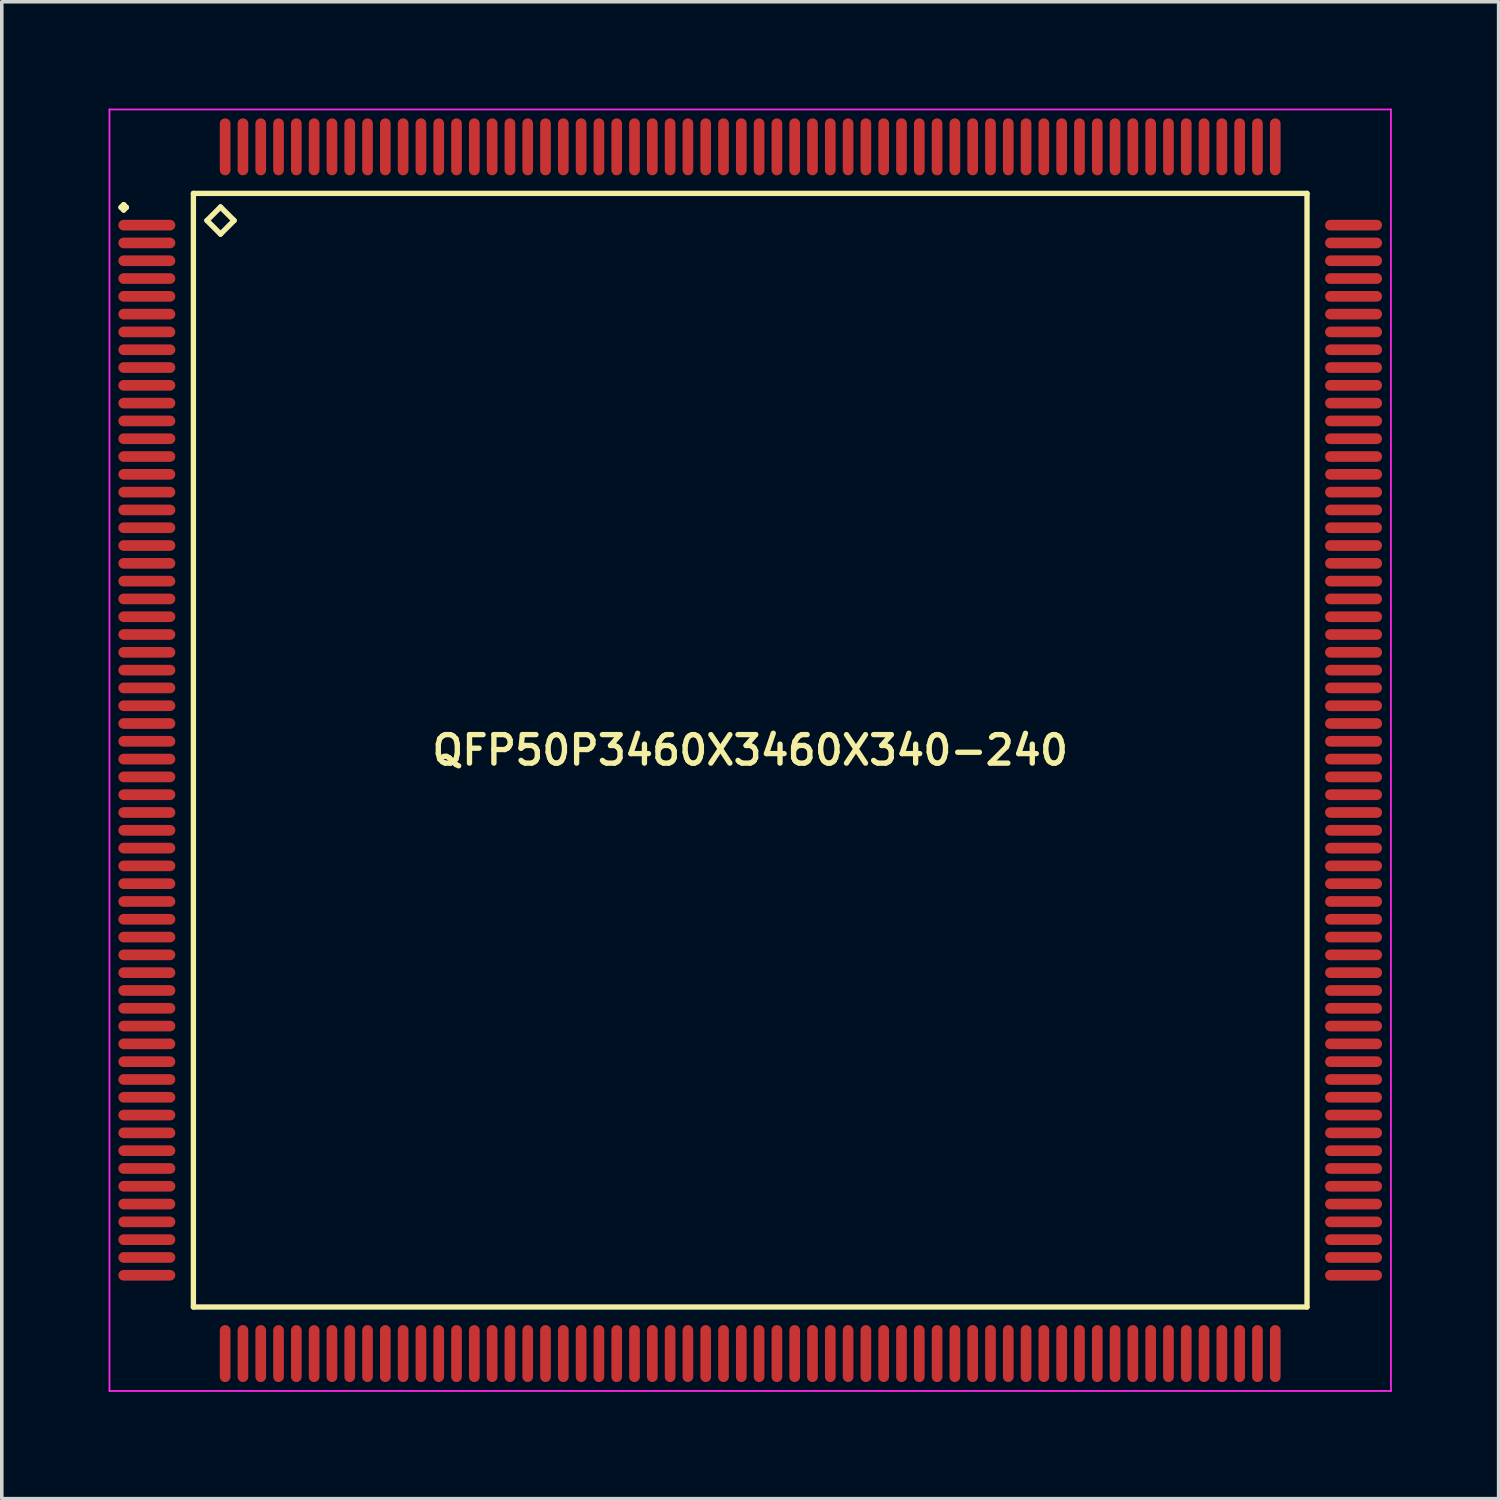
<source format=kicad_pcb>
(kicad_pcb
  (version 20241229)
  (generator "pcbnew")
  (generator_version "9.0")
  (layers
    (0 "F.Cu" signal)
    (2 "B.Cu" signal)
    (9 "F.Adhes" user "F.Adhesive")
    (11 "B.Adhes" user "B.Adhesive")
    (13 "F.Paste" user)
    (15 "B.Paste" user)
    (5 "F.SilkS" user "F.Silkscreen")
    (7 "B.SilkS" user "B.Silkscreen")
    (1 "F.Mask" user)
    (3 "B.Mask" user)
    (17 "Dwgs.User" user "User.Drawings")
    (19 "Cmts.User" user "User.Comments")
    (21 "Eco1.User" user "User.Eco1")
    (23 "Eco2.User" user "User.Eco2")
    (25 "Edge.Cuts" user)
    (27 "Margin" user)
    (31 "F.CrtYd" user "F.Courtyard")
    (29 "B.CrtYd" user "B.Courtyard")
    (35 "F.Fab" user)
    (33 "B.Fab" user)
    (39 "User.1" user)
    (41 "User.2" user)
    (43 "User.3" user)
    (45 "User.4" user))
  (footprint "QFP50P3460X3460X340-240"
    (layer "F.Cu")
    (at 18.025 18.025)
    (property "Reference" "QFP50P3460X3460X340-240" (at 0 0 0) (layer "F.SilkS") (effects (font (size 0.8 0.8) (thickness 0.15))))
    (attr smd)
    (fp_line (start -17.675 -15.25) (end -17.6 -15.325) (stroke (width 0.15) (type solid)) (layer "F.SilkS"))
    (fp_line (start -17.6 -15.325) (end -17.525 -15.25) (stroke (width 0.15) (type solid)) (layer "F.SilkS"))
    (fp_line (start -17.6 -15.175) (end -17.675 -15.25) (stroke (width 0.15) (type solid)) (layer "F.SilkS"))
    (fp_line (start -17.525 -15.25) (end -17.6 -15.175) (stroke (width 0.15) (type solid)) (layer "F.SilkS"))
    (fp_line (start -15.642 -15.642) (end -15.642 15.642) (stroke (width 0.15) (type solid)) (layer "F.SilkS"))
    (fp_line (start -15.642 15.642) (end 15.642 15.642) (stroke (width 0.15) (type solid)) (layer "F.SilkS"))
    (fp_line (start -15.261 -14.88) (end -14.88 -15.261) (stroke (width 0.15) (type solid)) (layer "F.SilkS"))
    (fp_line (start -14.88 -15.261) (end -14.499 -14.88) (stroke (width 0.15) (type solid)) (layer "F.SilkS"))
    (fp_line (start -14.88 -14.499) (end -15.261 -14.88) (stroke (width 0.15) (type solid)) (layer "F.SilkS"))
    (fp_line (start -14.499 -14.88) (end -14.88 -14.499) (stroke (width 0.15) (type solid)) (layer "F.SilkS"))
    (fp_line (start 15.642 -15.642) (end -15.642 -15.642) (stroke (width 0.15) (type solid)) (layer "F.SilkS"))
    (fp_line (start 15.642 15.642) (end 15.642 -15.642) (stroke (width 0.15) (type solid)) (layer "F.SilkS"))
    (fp_line (start -18 -18) (end 18 -18) (stroke (width 0.05) (type solid)) (layer "F.CrtYd"))
    (fp_line (start -18 18) (end -18 -18) (stroke (width 0.05) (type solid)) (layer "F.CrtYd"))
    (fp_line (start 18 -18) (end 18 18) (stroke (width 0.05) (type solid)) (layer "F.CrtYd"))
    (fp_line (start 18 18) (end -18 18) (stroke (width 0.05) (type solid)) (layer "F.CrtYd"))
    (pad "1" smd oval (at -16.95 -14.75) (size 1.6 0.3) (layers "F.Cu" "F.Mask" "F.Paste"))
    (pad "2" smd oval (at -16.95 -14.25) (size 1.6 0.3) (layers "F.Cu" "F.Mask" "F.Paste"))
    (pad "3" smd oval (at -16.95 -13.75) (size 1.6 0.3) (layers "F.Cu" "F.Mask" "F.Paste"))
    (pad "4" smd oval (at -16.95 -13.25) (size 1.6 0.3) (layers "F.Cu" "F.Mask" "F.Paste"))
    (pad "5" smd oval (at -16.95 -12.75) (size 1.6 0.3) (layers "F.Cu" "F.Mask" "F.Paste"))
    (pad "6" smd oval (at -16.95 -12.25) (size 1.6 0.3) (layers "F.Cu" "F.Mask" "F.Paste"))
    (pad "7" smd oval (at -16.95 -11.75) (size 1.6 0.3) (layers "F.Cu" "F.Mask" "F.Paste"))
    (pad "8" smd oval (at -16.95 -11.25) (size 1.6 0.3) (layers "F.Cu" "F.Mask" "F.Paste"))
    (pad "9" smd oval (at -16.95 -10.75) (size 1.6 0.3) (layers "F.Cu" "F.Mask" "F.Paste"))
    (pad "10" smd oval (at -16.95 -10.25) (size 1.6 0.3) (layers "F.Cu" "F.Mask" "F.Paste"))
    (pad "11" smd oval (at -16.95 -9.75) (size 1.6 0.3) (layers "F.Cu" "F.Mask" "F.Paste"))
    (pad "12" smd oval (at -16.95 -9.25) (size 1.6 0.3) (layers "F.Cu" "F.Mask" "F.Paste"))
    (pad "13" smd oval (at -16.95 -8.75) (size 1.6 0.3) (layers "F.Cu" "F.Mask" "F.Paste"))
    (pad "14" smd oval (at -16.95 -8.25) (size 1.6 0.3) (layers "F.Cu" "F.Mask" "F.Paste"))
    (pad "15" smd oval (at -16.95 -7.75) (size 1.6 0.3) (layers "F.Cu" "F.Mask" "F.Paste"))
    (pad "16" smd oval (at -16.95 -7.25) (size 1.6 0.3) (layers "F.Cu" "F.Mask" "F.Paste"))
    (pad "17" smd oval (at -16.95 -6.75) (size 1.6 0.3) (layers "F.Cu" "F.Mask" "F.Paste"))
    (pad "18" smd oval (at -16.95 -6.25) (size 1.6 0.3) (layers "F.Cu" "F.Mask" "F.Paste"))
    (pad "19" smd oval (at -16.95 -5.75) (size 1.6 0.3) (layers "F.Cu" "F.Mask" "F.Paste"))
    (pad "20" smd oval (at -16.95 -5.25) (size 1.6 0.3) (layers "F.Cu" "F.Mask" "F.Paste"))
    (pad "21" smd oval (at -16.95 -4.75) (size 1.6 0.3) (layers "F.Cu" "F.Mask" "F.Paste"))
    (pad "22" smd oval (at -16.95 -4.25) (size 1.6 0.3) (layers "F.Cu" "F.Mask" "F.Paste"))
    (pad "23" smd oval (at -16.95 -3.75) (size 1.6 0.3) (layers "F.Cu" "F.Mask" "F.Paste"))
    (pad "24" smd oval (at -16.95 -3.25) (size 1.6 0.3) (layers "F.Cu" "F.Mask" "F.Paste"))
    (pad "25" smd oval (at -16.95 -2.75) (size 1.6 0.3) (layers "F.Cu" "F.Mask" "F.Paste"))
    (pad "26" smd oval (at -16.95 -2.25) (size 1.6 0.3) (layers "F.Cu" "F.Mask" "F.Paste"))
    (pad "27" smd oval (at -16.95 -1.75) (size 1.6 0.3) (layers "F.Cu" "F.Mask" "F.Paste"))
    (pad "28" smd oval (at -16.95 -1.25) (size 1.6 0.3) (layers "F.Cu" "F.Mask" "F.Paste"))
    (pad "29" smd oval (at -16.95 -0.75) (size 1.6 0.3) (layers "F.Cu" "F.Mask" "F.Paste"))
    (pad "30" smd oval (at -16.95 -0.25) (size 1.6 0.3) (layers "F.Cu" "F.Mask" "F.Paste"))
    (pad "31" smd oval (at -16.95 0.25) (size 1.6 0.3) (layers "F.Cu" "F.Mask" "F.Paste"))
    (pad "32" smd oval (at -16.95 0.75) (size 1.6 0.3) (layers "F.Cu" "F.Mask" "F.Paste"))
    (pad "33" smd oval (at -16.95 1.25) (size 1.6 0.3) (layers "F.Cu" "F.Mask" "F.Paste"))
    (pad "34" smd oval (at -16.95 1.75) (size 1.6 0.3) (layers "F.Cu" "F.Mask" "F.Paste"))
    (pad "35" smd oval (at -16.95 2.25) (size 1.6 0.3) (layers "F.Cu" "F.Mask" "F.Paste"))
    (pad "36" smd oval (at -16.95 2.75) (size 1.6 0.3) (layers "F.Cu" "F.Mask" "F.Paste"))
    (pad "37" smd oval (at -16.95 3.25) (size 1.6 0.3) (layers "F.Cu" "F.Mask" "F.Paste"))
    (pad "38" smd oval (at -16.95 3.75) (size 1.6 0.3) (layers "F.Cu" "F.Mask" "F.Paste"))
    (pad "39" smd oval (at -16.95 4.25) (size 1.6 0.3) (layers "F.Cu" "F.Mask" "F.Paste"))
    (pad "40" smd oval (at -16.95 4.75) (size 1.6 0.3) (layers "F.Cu" "F.Mask" "F.Paste"))
    (pad "41" smd oval (at -16.95 5.25) (size 1.6 0.3) (layers "F.Cu" "F.Mask" "F.Paste"))
    (pad "42" smd oval (at -16.95 5.75) (size 1.6 0.3) (layers "F.Cu" "F.Mask" "F.Paste"))
    (pad "43" smd oval (at -16.95 6.25) (size 1.6 0.3) (layers "F.Cu" "F.Mask" "F.Paste"))
    (pad "44" smd oval (at -16.95 6.75) (size 1.6 0.3) (layers "F.Cu" "F.Mask" "F.Paste"))
    (pad "45" smd oval (at -16.95 7.25) (size 1.6 0.3) (layers "F.Cu" "F.Mask" "F.Paste"))
    (pad "46" smd oval (at -16.95 7.75) (size 1.6 0.3) (layers "F.Cu" "F.Mask" "F.Paste"))
    (pad "47" smd oval (at -16.95 8.25) (size 1.6 0.3) (layers "F.Cu" "F.Mask" "F.Paste"))
    (pad "48" smd oval (at -16.95 8.75) (size 1.6 0.3) (layers "F.Cu" "F.Mask" "F.Paste"))
    (pad "49" smd oval (at -16.95 9.25) (size 1.6 0.3) (layers "F.Cu" "F.Mask" "F.Paste"))
    (pad "50" smd oval (at -16.95 9.75) (size 1.6 0.3) (layers "F.Cu" "F.Mask" "F.Paste"))
    (pad "51" smd oval (at -16.95 10.25) (size 1.6 0.3) (layers "F.Cu" "F.Mask" "F.Paste"))
    (pad "52" smd oval (at -16.95 10.75) (size 1.6 0.3) (layers "F.Cu" "F.Mask" "F.Paste"))
    (pad "53" smd oval (at -16.95 11.25) (size 1.6 0.3) (layers "F.Cu" "F.Mask" "F.Paste"))
    (pad "54" smd oval (at -16.95 11.75) (size 1.6 0.3) (layers "F.Cu" "F.Mask" "F.Paste"))
    (pad "55" smd oval (at -16.95 12.25) (size 1.6 0.3) (layers "F.Cu" "F.Mask" "F.Paste"))
    (pad "56" smd oval (at -16.95 12.75) (size 1.6 0.3) (layers "F.Cu" "F.Mask" "F.Paste"))
    (pad "57" smd oval (at -16.95 13.25) (size 1.6 0.3) (layers "F.Cu" "F.Mask" "F.Paste"))
    (pad "58" smd oval (at -16.95 13.75) (size 1.6 0.3) (layers "F.Cu" "F.Mask" "F.Paste"))
    (pad "59" smd oval (at -16.95 14.25) (size 1.6 0.3) (layers "F.Cu" "F.Mask" "F.Paste"))
    (pad "60" smd oval (at -16.95 14.75) (size 1.6 0.3) (layers "F.Cu" "F.Mask" "F.Paste"))
    (pad "61" smd oval (at -14.75 16.95) (size 0.3 1.6) (layers "F.Cu" "F.Mask" "F.Paste"))
    (pad "62" smd oval (at -14.25 16.95) (size 0.3 1.6) (layers "F.Cu" "F.Mask" "F.Paste"))
    (pad "63" smd oval (at -13.75 16.95) (size 0.3 1.6) (layers "F.Cu" "F.Mask" "F.Paste"))
    (pad "64" smd oval (at -13.25 16.95) (size 0.3 1.6) (layers "F.Cu" "F.Mask" "F.Paste"))
    (pad "65" smd oval (at -12.75 16.95) (size 0.3 1.6) (layers "F.Cu" "F.Mask" "F.Paste"))
    (pad "66" smd oval (at -12.25 16.95) (size 0.3 1.6) (layers "F.Cu" "F.Mask" "F.Paste"))
    (pad "67" smd oval (at -11.75 16.95) (size 0.3 1.6) (layers "F.Cu" "F.Mask" "F.Paste"))
    (pad "68" smd oval (at -11.25 16.95) (size 0.3 1.6) (layers "F.Cu" "F.Mask" "F.Paste"))
    (pad "69" smd oval (at -10.75 16.95) (size 0.3 1.6) (layers "F.Cu" "F.Mask" "F.Paste"))
    (pad "70" smd oval (at -10.25 16.95) (size 0.3 1.6) (layers "F.Cu" "F.Mask" "F.Paste"))
    (pad "71" smd oval (at -9.75 16.95) (size 0.3 1.6) (layers "F.Cu" "F.Mask" "F.Paste"))
    (pad "72" smd oval (at -9.25 16.95) (size 0.3 1.6) (layers "F.Cu" "F.Mask" "F.Paste"))
    (pad "73" smd oval (at -8.75 16.95) (size 0.3 1.6) (layers "F.Cu" "F.Mask" "F.Paste"))
    (pad "74" smd oval (at -8.25 16.95) (size 0.3 1.6) (layers "F.Cu" "F.Mask" "F.Paste"))
    (pad "75" smd oval (at -7.75 16.95) (size 0.3 1.6) (layers "F.Cu" "F.Mask" "F.Paste"))
    (pad "76" smd oval (at -7.25 16.95) (size 0.3 1.6) (layers "F.Cu" "F.Mask" "F.Paste"))
    (pad "77" smd oval (at -6.75 16.95) (size 0.3 1.6) (layers "F.Cu" "F.Mask" "F.Paste"))
    (pad "78" smd oval (at -6.25 16.95) (size 0.3 1.6) (layers "F.Cu" "F.Mask" "F.Paste"))
    (pad "79" smd oval (at -5.75 16.95) (size 0.3 1.6) (layers "F.Cu" "F.Mask" "F.Paste"))
    (pad "80" smd oval (at -5.25 16.95) (size 0.3 1.6) (layers "F.Cu" "F.Mask" "F.Paste"))
    (pad "81" smd oval (at -4.75 16.95) (size 0.3 1.6) (layers "F.Cu" "F.Mask" "F.Paste"))
    (pad "82" smd oval (at -4.25 16.95) (size 0.3 1.6) (layers "F.Cu" "F.Mask" "F.Paste"))
    (pad "83" smd oval (at -3.75 16.95) (size 0.3 1.6) (layers "F.Cu" "F.Mask" "F.Paste"))
    (pad "84" smd oval (at -3.25 16.95) (size 0.3 1.6) (layers "F.Cu" "F.Mask" "F.Paste"))
    (pad "85" smd oval (at -2.75 16.95) (size 0.3 1.6) (layers "F.Cu" "F.Mask" "F.Paste"))
    (pad "86" smd oval (at -2.25 16.95) (size 0.3 1.6) (layers "F.Cu" "F.Mask" "F.Paste"))
    (pad "87" smd oval (at -1.75 16.95) (size 0.3 1.6) (layers "F.Cu" "F.Mask" "F.Paste"))
    (pad "88" smd oval (at -1.25 16.95) (size 0.3 1.6) (layers "F.Cu" "F.Mask" "F.Paste"))
    (pad "89" smd oval (at -0.75 16.95) (size 0.3 1.6) (layers "F.Cu" "F.Mask" "F.Paste"))
    (pad "90" smd oval (at -0.25 16.95) (size 0.3 1.6) (layers "F.Cu" "F.Mask" "F.Paste"))
    (pad "91" smd oval (at 0.25 16.95) (size 0.3 1.6) (layers "F.Cu" "F.Mask" "F.Paste"))
    (pad "92" smd oval (at 0.75 16.95) (size 0.3 1.6) (layers "F.Cu" "F.Mask" "F.Paste"))
    (pad "93" smd oval (at 1.25 16.95) (size 0.3 1.6) (layers "F.Cu" "F.Mask" "F.Paste"))
    (pad "94" smd oval (at 1.75 16.95) (size 0.3 1.6) (layers "F.Cu" "F.Mask" "F.Paste"))
    (pad "95" smd oval (at 2.25 16.95) (size 0.3 1.6) (layers "F.Cu" "F.Mask" "F.Paste"))
    (pad "96" smd oval (at 2.75 16.95) (size 0.3 1.6) (layers "F.Cu" "F.Mask" "F.Paste"))
    (pad "97" smd oval (at 3.25 16.95) (size 0.3 1.6) (layers "F.Cu" "F.Mask" "F.Paste"))
    (pad "98" smd oval (at 3.75 16.95) (size 0.3 1.6) (layers "F.Cu" "F.Mask" "F.Paste"))
    (pad "99" smd oval (at 4.25 16.95) (size 0.3 1.6) (layers "F.Cu" "F.Mask" "F.Paste"))
    (pad "100" smd oval (at 4.75 16.95) (size 0.3 1.6) (layers "F.Cu" "F.Mask" "F.Paste"))
    (pad "101" smd oval (at 5.25 16.95) (size 0.3 1.6) (layers "F.Cu" "F.Mask" "F.Paste"))
    (pad "102" smd oval (at 5.75 16.95) (size 0.3 1.6) (layers "F.Cu" "F.Mask" "F.Paste"))
    (pad "103" smd oval (at 6.25 16.95) (size 0.3 1.6) (layers "F.Cu" "F.Mask" "F.Paste"))
    (pad "104" smd oval (at 6.75 16.95) (size 0.3 1.6) (layers "F.Cu" "F.Mask" "F.Paste"))
    (pad "105" smd oval (at 7.25 16.95) (size 0.3 1.6) (layers "F.Cu" "F.Mask" "F.Paste"))
    (pad "106" smd oval (at 7.75 16.95) (size 0.3 1.6) (layers "F.Cu" "F.Mask" "F.Paste"))
    (pad "107" smd oval (at 8.25 16.95) (size 0.3 1.6) (layers "F.Cu" "F.Mask" "F.Paste"))
    (pad "108" smd oval (at 8.75 16.95) (size 0.3 1.6) (layers "F.Cu" "F.Mask" "F.Paste"))
    (pad "109" smd oval (at 9.25 16.95) (size 0.3 1.6) (layers "F.Cu" "F.Mask" "F.Paste"))
    (pad "110" smd oval (at 9.75 16.95) (size 0.3 1.6) (layers "F.Cu" "F.Mask" "F.Paste"))
    (pad "111" smd oval (at 10.25 16.95) (size 0.3 1.6) (layers "F.Cu" "F.Mask" "F.Paste"))
    (pad "112" smd oval (at 10.75 16.95) (size 0.3 1.6) (layers "F.Cu" "F.Mask" "F.Paste"))
    (pad "113" smd oval (at 11.25 16.95) (size 0.3 1.6) (layers "F.Cu" "F.Mask" "F.Paste"))
    (pad "114" smd oval (at 11.75 16.95) (size 0.3 1.6) (layers "F.Cu" "F.Mask" "F.Paste"))
    (pad "115" smd oval (at 12.25 16.95) (size 0.3 1.6) (layers "F.Cu" "F.Mask" "F.Paste"))
    (pad "116" smd oval (at 12.75 16.95) (size 0.3 1.6) (layers "F.Cu" "F.Mask" "F.Paste"))
    (pad "117" smd oval (at 13.25 16.95) (size 0.3 1.6) (layers "F.Cu" "F.Mask" "F.Paste"))
    (pad "118" smd oval (at 13.75 16.95) (size 0.3 1.6) (layers "F.Cu" "F.Mask" "F.Paste"))
    (pad "119" smd oval (at 14.25 16.95) (size 0.3 1.6) (layers "F.Cu" "F.Mask" "F.Paste"))
    (pad "120" smd oval (at 14.75 16.95) (size 0.3 1.6) (layers "F.Cu" "F.Mask" "F.Paste"))
    (pad "121" smd oval (at 16.95 14.75) (size 1.6 0.3) (layers "F.Cu" "F.Mask" "F.Paste"))
    (pad "122" smd oval (at 16.95 14.25) (size 1.6 0.3) (layers "F.Cu" "F.Mask" "F.Paste"))
    (pad "123" smd oval (at 16.95 13.75) (size 1.6 0.3) (layers "F.Cu" "F.Mask" "F.Paste"))
    (pad "124" smd oval (at 16.95 13.25) (size 1.6 0.3) (layers "F.Cu" "F.Mask" "F.Paste"))
    (pad "125" smd oval (at 16.95 12.75) (size 1.6 0.3) (layers "F.Cu" "F.Mask" "F.Paste"))
    (pad "126" smd oval (at 16.95 12.25) (size 1.6 0.3) (layers "F.Cu" "F.Mask" "F.Paste"))
    (pad "127" smd oval (at 16.95 11.75) (size 1.6 0.3) (layers "F.Cu" "F.Mask" "F.Paste"))
    (pad "128" smd oval (at 16.95 11.25) (size 1.6 0.3) (layers "F.Cu" "F.Mask" "F.Paste"))
    (pad "129" smd oval (at 16.95 10.75) (size 1.6 0.3) (layers "F.Cu" "F.Mask" "F.Paste"))
    (pad "130" smd oval (at 16.95 10.25) (size 1.6 0.3) (layers "F.Cu" "F.Mask" "F.Paste"))
    (pad "131" smd oval (at 16.95 9.75) (size 1.6 0.3) (layers "F.Cu" "F.Mask" "F.Paste"))
    (pad "132" smd oval (at 16.95 9.25) (size 1.6 0.3) (layers "F.Cu" "F.Mask" "F.Paste"))
    (pad "133" smd oval (at 16.95 8.75) (size 1.6 0.3) (layers "F.Cu" "F.Mask" "F.Paste"))
    (pad "134" smd oval (at 16.95 8.25) (size 1.6 0.3) (layers "F.Cu" "F.Mask" "F.Paste"))
    (pad "135" smd oval (at 16.95 7.75) (size 1.6 0.3) (layers "F.Cu" "F.Mask" "F.Paste"))
    (pad "136" smd oval (at 16.95 7.25) (size 1.6 0.3) (layers "F.Cu" "F.Mask" "F.Paste"))
    (pad "137" smd oval (at 16.95 6.75) (size 1.6 0.3) (layers "F.Cu" "F.Mask" "F.Paste"))
    (pad "138" smd oval (at 16.95 6.25) (size 1.6 0.3) (layers "F.Cu" "F.Mask" "F.Paste"))
    (pad "139" smd oval (at 16.95 5.75) (size 1.6 0.3) (layers "F.Cu" "F.Mask" "F.Paste"))
    (pad "140" smd oval (at 16.95 5.25) (size 1.6 0.3) (layers "F.Cu" "F.Mask" "F.Paste"))
    (pad "141" smd oval (at 16.95 4.75) (size 1.6 0.3) (layers "F.Cu" "F.Mask" "F.Paste"))
    (pad "142" smd oval (at 16.95 4.25) (size 1.6 0.3) (layers "F.Cu" "F.Mask" "F.Paste"))
    (pad "143" smd oval (at 16.95 3.75) (size 1.6 0.3) (layers "F.Cu" "F.Mask" "F.Paste"))
    (pad "144" smd oval (at 16.95 3.25) (size 1.6 0.3) (layers "F.Cu" "F.Mask" "F.Paste"))
    (pad "145" smd oval (at 16.95 2.75) (size 1.6 0.3) (layers "F.Cu" "F.Mask" "F.Paste"))
    (pad "146" smd oval (at 16.95 2.25) (size 1.6 0.3) (layers "F.Cu" "F.Mask" "F.Paste"))
    (pad "147" smd oval (at 16.95 1.75) (size 1.6 0.3) (layers "F.Cu" "F.Mask" "F.Paste"))
    (pad "148" smd oval (at 16.95 1.25) (size 1.6 0.3) (layers "F.Cu" "F.Mask" "F.Paste"))
    (pad "149" smd oval (at 16.95 0.75) (size 1.6 0.3) (layers "F.Cu" "F.Mask" "F.Paste"))
    (pad "150" smd oval (at 16.95 0.25) (size 1.6 0.3) (layers "F.Cu" "F.Mask" "F.Paste"))
    (pad "151" smd oval (at 16.95 -0.25) (size 1.6 0.3) (layers "F.Cu" "F.Mask" "F.Paste"))
    (pad "152" smd oval (at 16.95 -0.75) (size 1.6 0.3) (layers "F.Cu" "F.Mask" "F.Paste"))
    (pad "153" smd oval (at 16.95 -1.25) (size 1.6 0.3) (layers "F.Cu" "F.Mask" "F.Paste"))
    (pad "154" smd oval (at 16.95 -1.75) (size 1.6 0.3) (layers "F.Cu" "F.Mask" "F.Paste"))
    (pad "155" smd oval (at 16.95 -2.25) (size 1.6 0.3) (layers "F.Cu" "F.Mask" "F.Paste"))
    (pad "156" smd oval (at 16.95 -2.75) (size 1.6 0.3) (layers "F.Cu" "F.Mask" "F.Paste"))
    (pad "157" smd oval (at 16.95 -3.25) (size 1.6 0.3) (layers "F.Cu" "F.Mask" "F.Paste"))
    (pad "158" smd oval (at 16.95 -3.75) (size 1.6 0.3) (layers "F.Cu" "F.Mask" "F.Paste"))
    (pad "159" smd oval (at 16.95 -4.25) (size 1.6 0.3) (layers "F.Cu" "F.Mask" "F.Paste"))
    (pad "160" smd oval (at 16.95 -4.75) (size 1.6 0.3) (layers "F.Cu" "F.Mask" "F.Paste"))
    (pad "161" smd oval (at 16.95 -5.25) (size 1.6 0.3) (layers "F.Cu" "F.Mask" "F.Paste"))
    (pad "162" smd oval (at 16.95 -5.75) (size 1.6 0.3) (layers "F.Cu" "F.Mask" "F.Paste"))
    (pad "163" smd oval (at 16.95 -6.25) (size 1.6 0.3) (layers "F.Cu" "F.Mask" "F.Paste"))
    (pad "164" smd oval (at 16.95 -6.75) (size 1.6 0.3) (layers "F.Cu" "F.Mask" "F.Paste"))
    (pad "165" smd oval (at 16.95 -7.25) (size 1.6 0.3) (layers "F.Cu" "F.Mask" "F.Paste"))
    (pad "166" smd oval (at 16.95 -7.75) (size 1.6 0.3) (layers "F.Cu" "F.Mask" "F.Paste"))
    (pad "167" smd oval (at 16.95 -8.25) (size 1.6 0.3) (layers "F.Cu" "F.Mask" "F.Paste"))
    (pad "168" smd oval (at 16.95 -8.75) (size 1.6 0.3) (layers "F.Cu" "F.Mask" "F.Paste"))
    (pad "169" smd oval (at 16.95 -9.25) (size 1.6 0.3) (layers "F.Cu" "F.Mask" "F.Paste"))
    (pad "170" smd oval (at 16.95 -9.75) (size 1.6 0.3) (layers "F.Cu" "F.Mask" "F.Paste"))
    (pad "171" smd oval (at 16.95 -10.25) (size 1.6 0.3) (layers "F.Cu" "F.Mask" "F.Paste"))
    (pad "172" smd oval (at 16.95 -10.75) (size 1.6 0.3) (layers "F.Cu" "F.Mask" "F.Paste"))
    (pad "173" smd oval (at 16.95 -11.25) (size 1.6 0.3) (layers "F.Cu" "F.Mask" "F.Paste"))
    (pad "174" smd oval (at 16.95 -11.75) (size 1.6 0.3) (layers "F.Cu" "F.Mask" "F.Paste"))
    (pad "175" smd oval (at 16.95 -12.25) (size 1.6 0.3) (layers "F.Cu" "F.Mask" "F.Paste"))
    (pad "176" smd oval (at 16.95 -12.75) (size 1.6 0.3) (layers "F.Cu" "F.Mask" "F.Paste"))
    (pad "177" smd oval (at 16.95 -13.25) (size 1.6 0.3) (layers "F.Cu" "F.Mask" "F.Paste"))
    (pad "178" smd oval (at 16.95 -13.75) (size 1.6 0.3) (layers "F.Cu" "F.Mask" "F.Paste"))
    (pad "179" smd oval (at 16.95 -14.25) (size 1.6 0.3) (layers "F.Cu" "F.Mask" "F.Paste"))
    (pad "180" smd oval (at 16.95 -14.75) (size 1.6 0.3) (layers "F.Cu" "F.Mask" "F.Paste"))
    (pad "181" smd oval (at 14.75 -16.95) (size 0.3 1.6) (layers "F.Cu" "F.Mask" "F.Paste"))
    (pad "182" smd oval (at 14.25 -16.95) (size 0.3 1.6) (layers "F.Cu" "F.Mask" "F.Paste"))
    (pad "183" smd oval (at 13.75 -16.95) (size 0.3 1.6) (layers "F.Cu" "F.Mask" "F.Paste"))
    (pad "184" smd oval (at 13.25 -16.95) (size 0.3 1.6) (layers "F.Cu" "F.Mask" "F.Paste"))
    (pad "185" smd oval (at 12.75 -16.95) (size 0.3 1.6) (layers "F.Cu" "F.Mask" "F.Paste"))
    (pad "186" smd oval (at 12.25 -16.95) (size 0.3 1.6) (layers "F.Cu" "F.Mask" "F.Paste"))
    (pad "187" smd oval (at 11.75 -16.95) (size 0.3 1.6) (layers "F.Cu" "F.Mask" "F.Paste"))
    (pad "188" smd oval (at 11.25 -16.95) (size 0.3 1.6) (layers "F.Cu" "F.Mask" "F.Paste"))
    (pad "189" smd oval (at 10.75 -16.95) (size 0.3 1.6) (layers "F.Cu" "F.Mask" "F.Paste"))
    (pad "190" smd oval (at 10.25 -16.95) (size 0.3 1.6) (layers "F.Cu" "F.Mask" "F.Paste"))
    (pad "191" smd oval (at 9.75 -16.95) (size 0.3 1.6) (layers "F.Cu" "F.Mask" "F.Paste"))
    (pad "192" smd oval (at 9.25 -16.95) (size 0.3 1.6) (layers "F.Cu" "F.Mask" "F.Paste"))
    (pad "193" smd oval (at 8.75 -16.95) (size 0.3 1.6) (layers "F.Cu" "F.Mask" "F.Paste"))
    (pad "194" smd oval (at 8.25 -16.95) (size 0.3 1.6) (layers "F.Cu" "F.Mask" "F.Paste"))
    (pad "195" smd oval (at 7.75 -16.95) (size 0.3 1.6) (layers "F.Cu" "F.Mask" "F.Paste"))
    (pad "196" smd oval (at 7.25 -16.95) (size 0.3 1.6) (layers "F.Cu" "F.Mask" "F.Paste"))
    (pad "197" smd oval (at 6.75 -16.95) (size 0.3 1.6) (layers "F.Cu" "F.Mask" "F.Paste"))
    (pad "198" smd oval (at 6.25 -16.95) (size 0.3 1.6) (layers "F.Cu" "F.Mask" "F.Paste"))
    (pad "199" smd oval (at 5.75 -16.95) (size 0.3 1.6) (layers "F.Cu" "F.Mask" "F.Paste"))
    (pad "200" smd oval (at 5.25 -16.95) (size 0.3 1.6) (layers "F.Cu" "F.Mask" "F.Paste"))
    (pad "201" smd oval (at 4.75 -16.95) (size 0.3 1.6) (layers "F.Cu" "F.Mask" "F.Paste"))
    (pad "202" smd oval (at 4.25 -16.95) (size 0.3 1.6) (layers "F.Cu" "F.Mask" "F.Paste"))
    (pad "203" smd oval (at 3.75 -16.95) (size 0.3 1.6) (layers "F.Cu" "F.Mask" "F.Paste"))
    (pad "204" smd oval (at 3.25 -16.95) (size 0.3 1.6) (layers "F.Cu" "F.Mask" "F.Paste"))
    (pad "205" smd oval (at 2.75 -16.95) (size 0.3 1.6) (layers "F.Cu" "F.Mask" "F.Paste"))
    (pad "206" smd oval (at 2.25 -16.95) (size 0.3 1.6) (layers "F.Cu" "F.Mask" "F.Paste"))
    (pad "207" smd oval (at 1.75 -16.95) (size 0.3 1.6) (layers "F.Cu" "F.Mask" "F.Paste"))
    (pad "208" smd oval (at 1.25 -16.95) (size 0.3 1.6) (layers "F.Cu" "F.Mask" "F.Paste"))
    (pad "209" smd oval (at 0.75 -16.95) (size 0.3 1.6) (layers "F.Cu" "F.Mask" "F.Paste"))
    (pad "210" smd oval (at 0.25 -16.95) (size 0.3 1.6) (layers "F.Cu" "F.Mask" "F.Paste"))
    (pad "211" smd oval (at -0.25 -16.95) (size 0.3 1.6) (layers "F.Cu" "F.Mask" "F.Paste"))
    (pad "212" smd oval (at -0.75 -16.95) (size 0.3 1.6) (layers "F.Cu" "F.Mask" "F.Paste"))
    (pad "213" smd oval (at -1.25 -16.95) (size 0.3 1.6) (layers "F.Cu" "F.Mask" "F.Paste"))
    (pad "214" smd oval (at -1.75 -16.95) (size 0.3 1.6) (layers "F.Cu" "F.Mask" "F.Paste"))
    (pad "215" smd oval (at -2.25 -16.95) (size 0.3 1.6) (layers "F.Cu" "F.Mask" "F.Paste"))
    (pad "216" smd oval (at -2.75 -16.95) (size 0.3 1.6) (layers "F.Cu" "F.Mask" "F.Paste"))
    (pad "217" smd oval (at -3.25 -16.95) (size 0.3 1.6) (layers "F.Cu" "F.Mask" "F.Paste"))
    (pad "218" smd oval (at -3.75 -16.95) (size 0.3 1.6) (layers "F.Cu" "F.Mask" "F.Paste"))
    (pad "219" smd oval (at -4.25 -16.95) (size 0.3 1.6) (layers "F.Cu" "F.Mask" "F.Paste"))
    (pad "220" smd oval (at -4.75 -16.95) (size 0.3 1.6) (layers "F.Cu" "F.Mask" "F.Paste"))
    (pad "221" smd oval (at -5.25 -16.95) (size 0.3 1.6) (layers "F.Cu" "F.Mask" "F.Paste"))
    (pad "222" smd oval (at -5.75 -16.95) (size 0.3 1.6) (layers "F.Cu" "F.Mask" "F.Paste"))
    (pad "223" smd oval (at -6.25 -16.95) (size 0.3 1.6) (layers "F.Cu" "F.Mask" "F.Paste"))
    (pad "224" smd oval (at -6.75 -16.95) (size 0.3 1.6) (layers "F.Cu" "F.Mask" "F.Paste"))
    (pad "225" smd oval (at -7.25 -16.95) (size 0.3 1.6) (layers "F.Cu" "F.Mask" "F.Paste"))
    (pad "226" smd oval (at -7.75 -16.95) (size 0.3 1.6) (layers "F.Cu" "F.Mask" "F.Paste"))
    (pad "227" smd oval (at -8.25 -16.95) (size 0.3 1.6) (layers "F.Cu" "F.Mask" "F.Paste"))
    (pad "228" smd oval (at -8.75 -16.95) (size 0.3 1.6) (layers "F.Cu" "F.Mask" "F.Paste"))
    (pad "229" smd oval (at -9.25 -16.95) (size 0.3 1.6) (layers "F.Cu" "F.Mask" "F.Paste"))
    (pad "230" smd oval (at -9.75 -16.95) (size 0.3 1.6) (layers "F.Cu" "F.Mask" "F.Paste"))
    (pad "231" smd oval (at -10.25 -16.95) (size 0.3 1.6) (layers "F.Cu" "F.Mask" "F.Paste"))
    (pad "232" smd oval (at -10.75 -16.95) (size 0.3 1.6) (layers "F.Cu" "F.Mask" "F.Paste"))
    (pad "233" smd oval (at -11.25 -16.95) (size 0.3 1.6) (layers "F.Cu" "F.Mask" "F.Paste"))
    (pad "234" smd oval (at -11.75 -16.95) (size 0.3 1.6) (layers "F.Cu" "F.Mask" "F.Paste"))
    (pad "235" smd oval (at -12.25 -16.95) (size 0.3 1.6) (layers "F.Cu" "F.Mask" "F.Paste"))
    (pad "236" smd oval (at -12.75 -16.95) (size 0.3 1.6) (layers "F.Cu" "F.Mask" "F.Paste"))
    (pad "237" smd oval (at -13.25 -16.95) (size 0.3 1.6) (layers "F.Cu" "F.Mask" "F.Paste"))
    (pad "238" smd oval (at -13.75 -16.95) (size 0.3 1.6) (layers "F.Cu" "F.Mask" "F.Paste"))
    (pad "239" smd oval (at -14.25 -16.95) (size 0.3 1.6) (layers "F.Cu" "F.Mask" "F.Paste"))
    (pad "240" smd oval (at -14.75 -16.95) (size 0.3 1.6) (layers "F.Cu" "F.Mask" "F.Paste")))
  (gr_rect
    (start -3 -3)
    (end 39.05 39.05)
    (stroke (width 0.1) (type default))
    (fill no)
    (layer "Edge.Cuts")))
</source>
